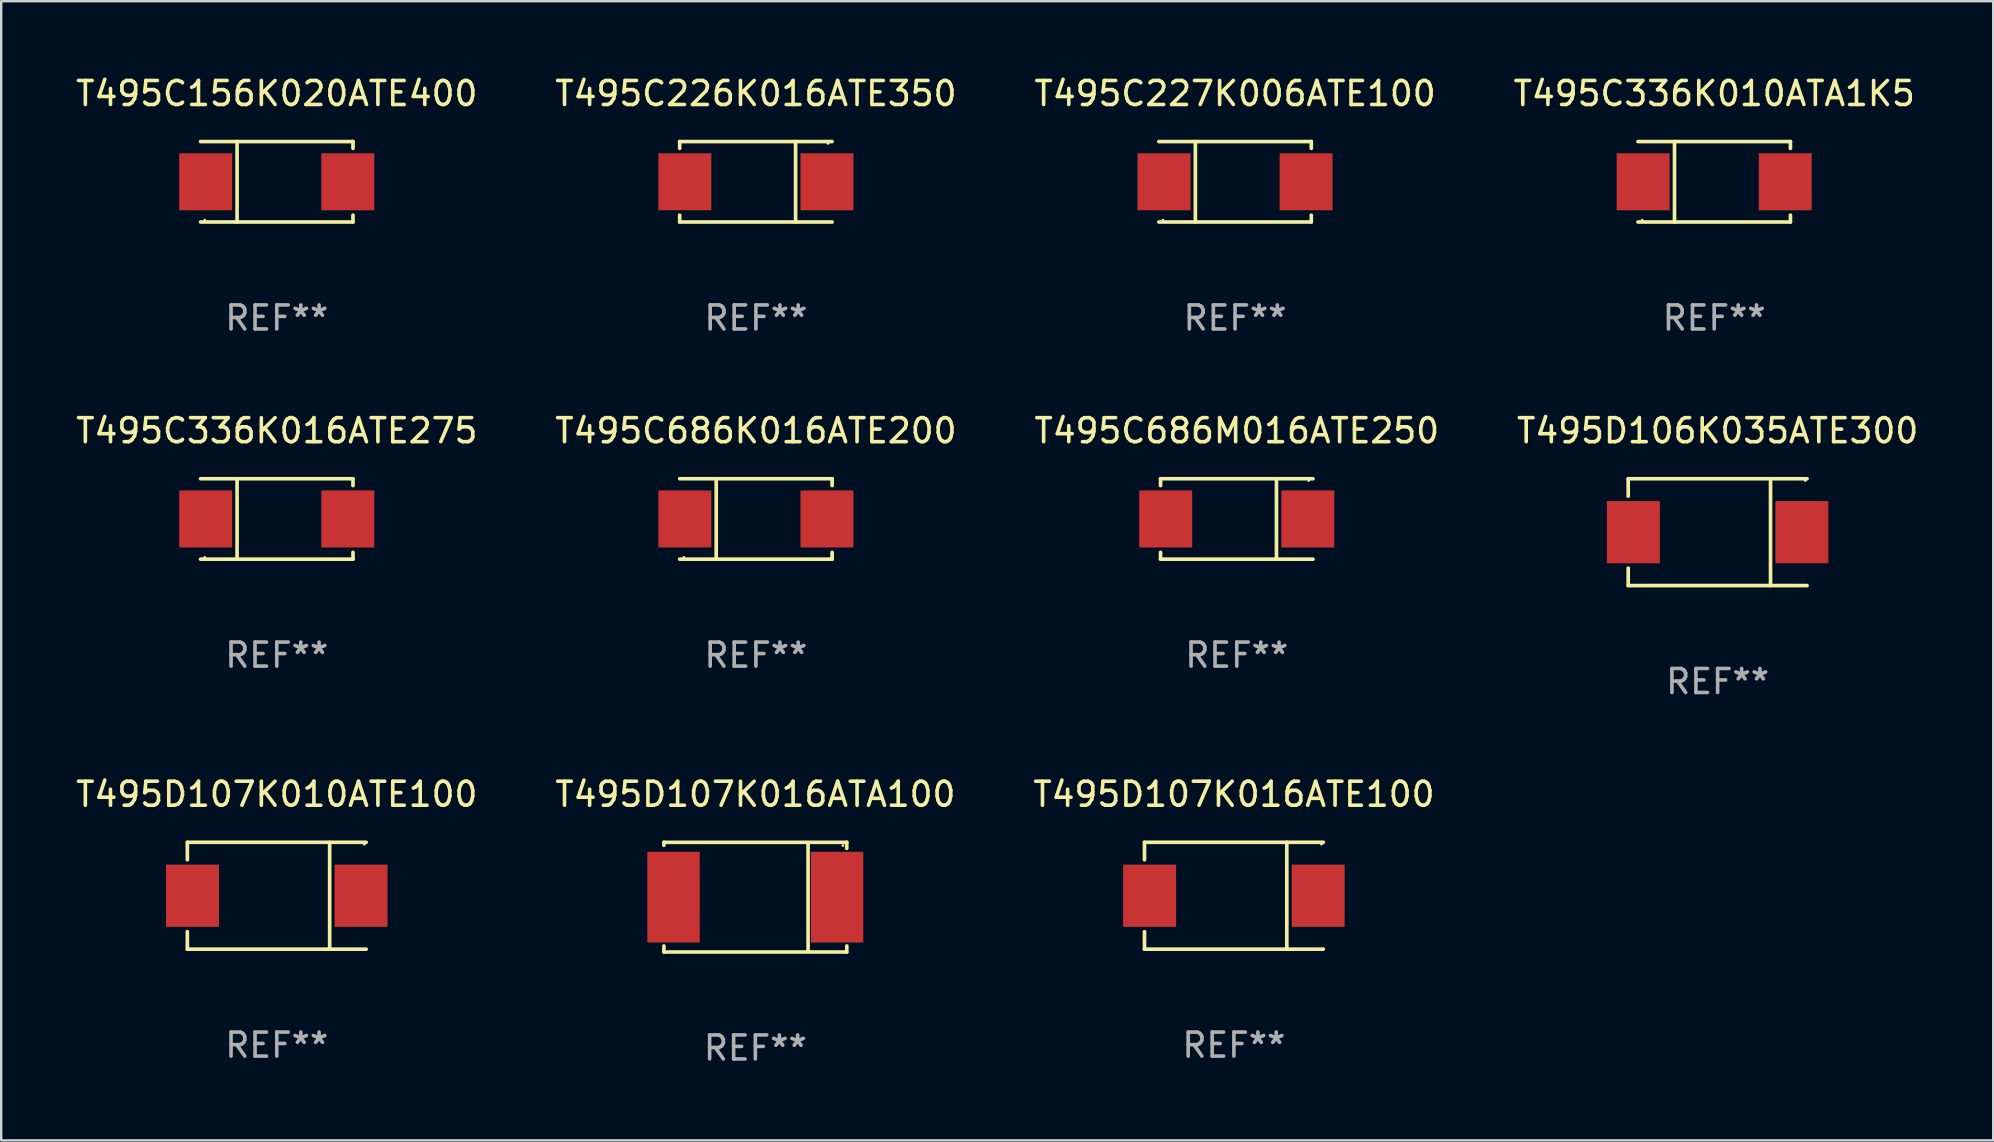
<source format=kicad_pcb>
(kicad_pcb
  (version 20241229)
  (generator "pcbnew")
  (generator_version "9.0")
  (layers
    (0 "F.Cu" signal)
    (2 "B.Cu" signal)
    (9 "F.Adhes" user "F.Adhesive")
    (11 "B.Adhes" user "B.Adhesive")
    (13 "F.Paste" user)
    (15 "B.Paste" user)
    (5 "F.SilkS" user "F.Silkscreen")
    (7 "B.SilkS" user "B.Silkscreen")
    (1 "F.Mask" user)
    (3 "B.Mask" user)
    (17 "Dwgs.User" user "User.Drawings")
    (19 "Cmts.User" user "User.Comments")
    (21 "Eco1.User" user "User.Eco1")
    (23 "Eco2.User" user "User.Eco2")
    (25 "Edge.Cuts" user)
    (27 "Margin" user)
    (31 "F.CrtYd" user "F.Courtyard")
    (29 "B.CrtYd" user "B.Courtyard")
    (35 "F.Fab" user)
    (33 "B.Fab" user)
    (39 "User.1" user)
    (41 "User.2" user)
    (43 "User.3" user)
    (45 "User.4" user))
  (footprint "T495C336K016ATE275"
    (layer "F.Cu")
    (at 8.482 18.573)
    (property "Reference" "T495C336K016ATE275" (at 0 -3.676 0) (layer "F.SilkS") (effects (font (size 1 1) (thickness 0.15))))
    (attr through_hole)
    (fp_line (start -1.654 1.676) (end -1.654 -1.676) (stroke (width 0.152) (type solid)) (layer "F.SilkS"))
    (fp_line (start 3.176 -1.676) (end -3.176 -1.676) (stroke (width 0.152) (type solid)) (layer "F.SilkS"))
    (fp_line (start 3.176 -1.676) (end 3.176 -1.391) (stroke (width 0.152) (type solid)) (layer "F.SilkS"))
    (fp_line (start 3.176 1.676) (end -3.176 1.676) (stroke (width 0.152) (type solid)) (layer "F.SilkS"))
    (fp_line (start 3.176 1.676) (end 3.176 1.391) (stroke (width 0.152) (type solid)) (layer "F.SilkS"))
    (fp_circle (center -3 1.6) (end -2.97 1.6) (stroke (width 0.06) (type solid)) (fill no) (layer "F.SilkS"))
    (fp_text user "REF**" (at 0 5.676 0) (layer "F.Fab") (effects (font (size 1 1) (thickness 0.15))))
    (pad "1" smd rect (at -2.961 -0.000051 180) (size 2.207 2.376) (layers "F.Cu" "F.Mask" "F.Paste"))
    (pad "2" smd rect (at 2.961 -0.000051 180) (size 2.207 2.376) (layers "F.Cu" "F.Mask" "F.Paste")))
  (footprint "T495C226K016ATE350"
    (layer "F.Cu")
    (at 28.446 4.524)
    (property "Reference" "T495C226K016ATE350" (at 0 -3.676 0) (layer "F.SilkS") (effects (font (size 1 1) (thickness 0.15))))
    (attr through_hole)
    (fp_line (start -3.176 -1.676) (end -3.176 -1.391) (stroke (width 0.152) (type solid)) (layer "F.SilkS"))
    (fp_line (start -3.176 -1.676) (end 3.176 -1.676) (stroke (width 0.152) (type solid)) (layer "F.SilkS"))
    (fp_line (start -3.176 1.676) (end -3.176 1.391) (stroke (width 0.152) (type solid)) (layer "F.SilkS"))
    (fp_line (start -3.176 1.676) (end 3.176 1.676) (stroke (width 0.152) (type solid)) (layer "F.SilkS"))
    (fp_line (start 1.654 -1.676) (end 1.654 1.676) (stroke (width 0.152) (type solid)) (layer "F.SilkS"))
    (fp_circle (center 3 -1.6) (end 3.03 -1.6) (stroke (width 0.06) (type solid)) (fill no) (layer "F.SilkS"))
    (fp_text user "REF**" (at 0 5.676 0) (layer "F.Fab") (effects (font (size 1 1) (thickness 0.15))))
    (pad "1" smd rect (at 2.961 0) (size 2.207 2.376) (layers "F.Cu" "F.Mask" "F.Paste"))
    (pad "2" smd rect (at -2.961 0) (size 2.207 2.376) (layers "F.Cu" "F.Mask" "F.Paste")))
  (footprint "T495D107K010ATE100"
    (layer "F.Cu")
    (at 8.482 34.272)
    (property "Reference" "T495D107K010ATE100" (at 0 -4.226 0) (layer "F.SilkS") (effects (font (size 1 1) (thickness 0.15))))
    (attr through_hole)
    (fp_line (start -3.726 -2.226) (end -3.726 -1.499) (stroke (width 0.152) (type solid)) (layer "F.SilkS"))
    (fp_line (start -3.726 -2.226) (end 3.726 -2.226) (stroke (width 0.152) (type solid)) (layer "F.SilkS"))
    (fp_line (start -3.726 2.226) (end -3.726 1.499) (stroke (width 0.152) (type solid)) (layer "F.SilkS"))
    (fp_line (start -3.726 2.226) (end 3.726 2.226) (stroke (width 0.152) (type solid)) (layer "F.SilkS"))
    (fp_line (start 2.204 -2.226) (end 2.204 2.226) (stroke (width 0.152) (type solid)) (layer "F.SilkS"))
    (fp_circle (center 3.65 -2.15) (end 3.68 -2.15) (stroke (width 0.06) (type solid)) (fill no) (layer "F.SilkS"))
    (fp_text user "REF**" (at 0 6.226 0) (layer "F.Fab") (effects (font (size 1 1) (thickness 0.15))))
    (pad "1" smd rect (at 3.511 0) (size 2.207 2.592) (layers "F.Cu" "F.Mask" "F.Paste"))
    (pad "2" smd rect (at -3.511 0) (size 2.207 2.592) (layers "F.Cu" "F.Mask" "F.Paste")))
  (footprint "T495C156K020ATE400"
    (layer "F.Cu")
    (at 8.482 4.524)
    (property "Reference" "T495C156K020ATE400" (at 0 -3.676 0) (layer "F.SilkS") (effects (font (size 1 1) (thickness 0.15))))
    (attr through_hole)
    (fp_line (start -1.654 1.676) (end -1.654 -1.676) (stroke (width 0.152) (type solid)) (layer "F.SilkS"))
    (fp_line (start 3.176 -1.676) (end -3.176 -1.676) (stroke (width 0.152) (type solid)) (layer "F.SilkS"))
    (fp_line (start 3.176 -1.676) (end 3.176 -1.391) (stroke (width 0.152) (type solid)) (layer "F.SilkS"))
    (fp_line (start 3.176 1.676) (end -3.176 1.676) (stroke (width 0.152) (type solid)) (layer "F.SilkS"))
    (fp_line (start 3.176 1.676) (end 3.176 1.391) (stroke (width 0.152) (type solid)) (layer "F.SilkS"))
    (fp_circle (center -3 1.6) (end -2.97 1.6) (stroke (width 0.06) (type solid)) (fill no) (layer "F.SilkS"))
    (fp_text user "REF**" (at 0 5.676 0) (layer "F.Fab") (effects (font (size 1 1) (thickness 0.15))))
    (pad "1" smd rect (at -2.961 -0.000051 180) (size 2.207 2.376) (layers "F.Cu" "F.Mask" "F.Paste"))
    (pad "2" smd rect (at 2.961 -0.000051 180) (size 2.207 2.376) (layers "F.Cu" "F.Mask" "F.Paste")))
  (footprint "T495C227K006ATE100"
    (layer "F.Cu")
    (at 48.411 4.524)
    (property "Reference" "T495C227K006ATE100" (at 0 -3.676 0) (layer "F.SilkS") (effects (font (size 1 1) (thickness 0.15))))
    (attr through_hole)
    (fp_line (start -1.654 1.676) (end -1.654 -1.676) (stroke (width 0.152) (type solid)) (layer "F.SilkS"))
    (fp_line (start 3.176 -1.676) (end -3.176 -1.676) (stroke (width 0.152) (type solid)) (layer "F.SilkS"))
    (fp_line (start 3.176 -1.676) (end 3.176 -1.391) (stroke (width 0.152) (type solid)) (layer "F.SilkS"))
    (fp_line (start 3.176 1.676) (end -3.176 1.676) (stroke (width 0.152) (type solid)) (layer "F.SilkS"))
    (fp_line (start 3.176 1.676) (end 3.176 1.391) (stroke (width 0.152) (type solid)) (layer "F.SilkS"))
    (fp_circle (center -3 1.6) (end -2.97 1.6) (stroke (width 0.06) (type solid)) (fill no) (layer "F.SilkS"))
    (fp_text user "REF**" (at 0 5.676 0) (layer "F.Fab") (effects (font (size 1 1) (thickness 0.15))))
    (pad "1" smd rect (at -2.961 -0.000051 180) (size 2.207 2.376) (layers "F.Cu" "F.Mask" "F.Paste"))
    (pad "2" smd rect (at 2.961 -0.000051 180) (size 2.207 2.376) (layers "F.Cu" "F.Mask" "F.Paste")))
  (footprint "T495D107K016ATA100"
    (layer "F.Cu")
    (at 28.423 34.332)
    (property "Reference" "T495D107K016ATA100" (at 0 -4.286 0) (layer "F.SilkS") (effects (font (size 1 1) (thickness 0.15))))
    (attr through_hole)
    (fp_line (start -3.81 -2.286) (end -3.81 -2.159) (stroke (width 0.15) (type solid)) (layer "F.SilkS"))
    (fp_line (start -3.81 2.032) (end -3.81 2.286) (stroke (width 0.15) (type solid)) (layer "F.SilkS"))
    (fp_line (start -3.81 2.286) (end 3.81 2.286) (stroke (width 0.15) (type solid)) (layer "F.SilkS"))
    (fp_line (start 2.197 -2.226) (end 2.197 2.226) (stroke (width 0.152) (type solid)) (layer "F.SilkS"))
    (fp_line (start 3.81 -2.286) (end -3.81 -2.286) (stroke (width 0.15) (type solid)) (layer "F.SilkS"))
    (fp_line (start 3.81 -2.032) (end 3.81 -2.286) (stroke (width 0.15) (type solid)) (layer "F.SilkS"))
    (fp_line (start 3.81 2.286) (end 3.81 2.032) (stroke (width 0.15) (type solid)) (layer "F.SilkS"))
    (fp_circle (center 3.65 -2.15) (end 3.68 -2.15) (stroke (width 0.06) (type solid)) (fill no) (layer "F.SilkS"))
    (fp_text user "REF**" (at 0 6.286 0) (layer "F.Fab") (effects (font (size 1 1) (thickness 0.15))))
    (pad "1" smd rect (at 3.404 0 180) (size 2.185 3.78) (layers "F.Cu" "F.Mask" "F.Paste"))
    (pad "2" smd rect (at -3.409 0 180) (size 2.185 3.78) (layers "F.Cu" "F.Mask" "F.Paste")))
  (footprint "T495C686K016ATE200"
    (layer "F.Cu")
    (at 28.446 18.573)
    (property "Reference" "T495C686K016ATE200" (at 0 -3.676 0) (layer "F.SilkS") (effects (font (size 1 1) (thickness 0.15))))
    (attr through_hole)
    (fp_line (start -1.654 1.676) (end -1.654 -1.676) (stroke (width 0.152) (type solid)) (layer "F.SilkS"))
    (fp_line (start 3.176 -1.676) (end -3.176 -1.676) (stroke (width 0.152) (type solid)) (layer "F.SilkS"))
    (fp_line (start 3.176 -1.676) (end 3.176 -1.391) (stroke (width 0.152) (type solid)) (layer "F.SilkS"))
    (fp_line (start 3.176 1.676) (end -3.176 1.676) (stroke (width 0.152) (type solid)) (layer "F.SilkS"))
    (fp_line (start 3.176 1.676) (end 3.176 1.391) (stroke (width 0.152) (type solid)) (layer "F.SilkS"))
    (fp_circle (center -3 1.6) (end -2.97 1.6) (stroke (width 0.06) (type solid)) (fill no) (layer "F.SilkS"))
    (fp_text user "REF**" (at 0 5.676 0) (layer "F.Fab") (effects (font (size 1 1) (thickness 0.15))))
    (pad "1" smd rect (at -2.961 -0.000051 180) (size 2.207 2.376) (layers "F.Cu" "F.Mask" "F.Paste"))
    (pad "2" smd rect (at 2.961 -0.000051 180) (size 2.207 2.376) (layers "F.Cu" "F.Mask" "F.Paste")))
  (footprint "T495C336K010ATA1K5"
    (layer "F.Cu")
    (at 68.375 4.524)
    (property "Reference" "T495C336K010ATA1K5" (at 0 -3.676 0) (layer "F.SilkS") (effects (font (size 1 1) (thickness 0.15))))
    (attr through_hole)
    (fp_line (start -1.654 1.676) (end -1.654 -1.676) (stroke (width 0.152) (type solid)) (layer "F.SilkS"))
    (fp_line (start 3.176 -1.676) (end -3.176 -1.676) (stroke (width 0.152) (type solid)) (layer "F.SilkS"))
    (fp_line (start 3.176 -1.676) (end 3.176 -1.391) (stroke (width 0.152) (type solid)) (layer "F.SilkS"))
    (fp_line (start 3.176 1.676) (end -3.176 1.676) (stroke (width 0.152) (type solid)) (layer "F.SilkS"))
    (fp_line (start 3.176 1.676) (end 3.176 1.391) (stroke (width 0.152) (type solid)) (layer "F.SilkS"))
    (fp_circle (center -3 1.6) (end -2.97 1.6) (stroke (width 0.06) (type solid)) (fill no) (layer "F.SilkS"))
    (fp_text user "REF**" (at 0 5.676 0) (layer "F.Fab") (effects (font (size 1 1) (thickness 0.15))))
    (pad "1" smd rect (at -2.961 -0.000051 180) (size 2.207 2.376) (layers "F.Cu" "F.Mask" "F.Paste"))
    (pad "2" smd rect (at 2.961 -0.000051 180) (size 2.207 2.376) (layers "F.Cu" "F.Mask" "F.Paste")))
  (footprint "T495C686M016ATE250"
    (layer "F.Cu")
    (at 48.482 18.573)
    (property "Reference" "T495C686M016ATE250" (at 0 -3.676 0) (layer "F.SilkS") (effects (font (size 1 1) (thickness 0.15))))
    (attr through_hole)
    (fp_line (start -3.176 -1.676) (end -3.176 -1.391) (stroke (width 0.152) (type solid)) (layer "F.SilkS"))
    (fp_line (start -3.176 -1.676) (end 3.176 -1.676) (stroke (width 0.152) (type solid)) (layer "F.SilkS"))
    (fp_line (start -3.176 1.676) (end -3.176 1.391) (stroke (width 0.152) (type solid)) (layer "F.SilkS"))
    (fp_line (start -3.176 1.676) (end 3.176 1.676) (stroke (width 0.152) (type solid)) (layer "F.SilkS"))
    (fp_line (start 1.654 -1.676) (end 1.654 1.676) (stroke (width 0.152) (type solid)) (layer "F.SilkS"))
    (fp_circle (center 3 -1.6) (end 3.03 -1.6) (stroke (width 0.06) (type solid)) (fill no) (layer "F.SilkS"))
    (fp_text user "REF**" (at 0 5.676 0) (layer "F.Fab") (effects (font (size 1 1) (thickness 0.15))))
    (pad "1" smd rect (at 2.961 0) (size 2.207 2.376) (layers "F.Cu" "F.Mask" "F.Paste"))
    (pad "2" smd rect (at -2.961 0) (size 2.207 2.376) (layers "F.Cu" "F.Mask" "F.Paste")))
  (footprint "T495D107K016ATE100"
    (layer "F.Cu")
    (at 48.363 34.272)
    (property "Reference" "T495D107K016ATE100" (at 0 -4.226 0) (layer "F.SilkS") (effects (font (size 1 1) (thickness 0.15))))
    (attr through_hole)
    (fp_line (start -3.726 -2.226) (end -3.726 -1.499) (stroke (width 0.152) (type solid)) (layer "F.SilkS"))
    (fp_line (start -3.726 -2.226) (end 3.726 -2.226) (stroke (width 0.152) (type solid)) (layer "F.SilkS"))
    (fp_line (start -3.726 2.226) (end -3.726 1.499) (stroke (width 0.152) (type solid)) (layer "F.SilkS"))
    (fp_line (start -3.726 2.226) (end 3.726 2.226) (stroke (width 0.152) (type solid)) (layer "F.SilkS"))
    (fp_line (start 2.204 -2.226) (end 2.204 2.226) (stroke (width 0.152) (type solid)) (layer "F.SilkS"))
    (fp_circle (center 3.65 -2.15) (end 3.68 -2.15) (stroke (width 0.06) (type solid)) (fill no) (layer "F.SilkS"))
    (fp_text user "REF**" (at 0 6.226 0) (layer "F.Fab") (effects (font (size 1 1) (thickness 0.15))))
    (pad "1" smd rect (at 3.511 0) (size 2.207 2.592) (layers "F.Cu" "F.Mask" "F.Paste"))
    (pad "2" smd rect (at -3.511 0) (size 2.207 2.592) (layers "F.Cu" "F.Mask" "F.Paste")))
  (footprint "T495D106K035ATE300"
    (layer "F.Cu")
    (at 68.518 19.123)
    (property "Reference" "T495D106K035ATE300" (at 0 -4.226 0) (layer "F.SilkS") (effects (font (size 1 1) (thickness 0.15))))
    (attr through_hole)
    (fp_line (start -3.726 -2.226) (end -3.726 -1.499) (stroke (width 0.152) (type solid)) (layer "F.SilkS"))
    (fp_line (start -3.726 -2.226) (end 3.726 -2.226) (stroke (width 0.152) (type solid)) (layer "F.SilkS"))
    (fp_line (start -3.726 2.226) (end -3.726 1.499) (stroke (width 0.152) (type solid)) (layer "F.SilkS"))
    (fp_line (start -3.726 2.226) (end 3.726 2.226) (stroke (width 0.152) (type solid)) (layer "F.SilkS"))
    (fp_line (start 2.204 -2.226) (end 2.204 2.226) (stroke (width 0.152) (type solid)) (layer "F.SilkS"))
    (fp_circle (center 3.65 -2.15) (end 3.68 -2.15) (stroke (width 0.06) (type solid)) (fill no) (layer "F.SilkS"))
    (fp_text user "REF**" (at 0 6.226 0) (layer "F.Fab") (effects (font (size 1 1) (thickness 0.15))))
    (pad "1" smd rect (at 3.511 0) (size 2.207 2.592) (layers "F.Cu" "F.Mask" "F.Paste"))
    (pad "2" smd rect (at -3.511 0) (size 2.207 2.592) (layers "F.Cu" "F.Mask" "F.Paste")))
  (gr_rect
    (start -3 -3)
    (end 80 44.466)
    (stroke (width 0.1) (type default))
    (fill no)
    (layer "Edge.Cuts")))
</source>
